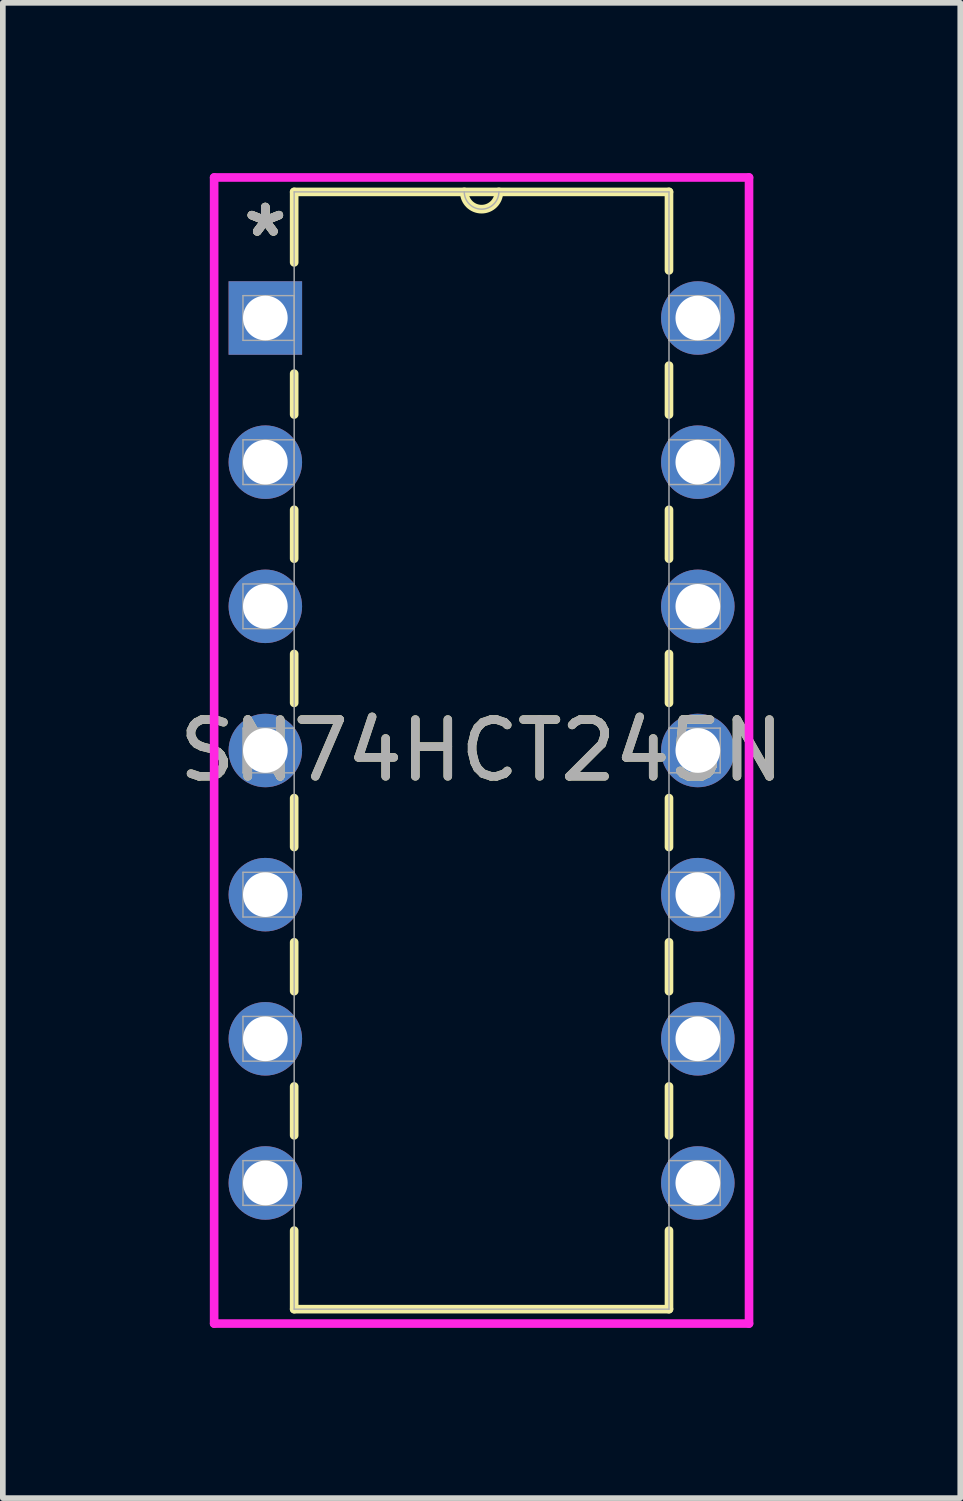
<source format=kicad_pcb>
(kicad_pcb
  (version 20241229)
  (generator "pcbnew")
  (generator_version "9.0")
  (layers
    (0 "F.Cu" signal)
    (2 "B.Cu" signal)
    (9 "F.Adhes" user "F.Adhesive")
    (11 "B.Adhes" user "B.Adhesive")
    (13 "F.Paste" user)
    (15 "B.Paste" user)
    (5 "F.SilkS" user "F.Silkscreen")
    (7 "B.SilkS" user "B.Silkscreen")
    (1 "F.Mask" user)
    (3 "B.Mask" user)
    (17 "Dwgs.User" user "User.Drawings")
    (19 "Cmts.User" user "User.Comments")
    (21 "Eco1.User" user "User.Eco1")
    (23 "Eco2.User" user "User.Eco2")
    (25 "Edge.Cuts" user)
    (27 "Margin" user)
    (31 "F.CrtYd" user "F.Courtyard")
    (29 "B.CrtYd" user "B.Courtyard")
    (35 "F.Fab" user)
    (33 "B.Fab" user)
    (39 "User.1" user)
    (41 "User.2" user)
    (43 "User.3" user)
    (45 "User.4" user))
  (footprint "SN74HCT245N"
    (layer "F.Cu")
    (at 9.245 17.793)
    (property "Reference" "SN74HCT245N" (at -3.81 -7.62 0) (unlocked yes) (layer "F.SilkS") (effects (font (size 1 1) (thickness 0.15))))
    (attr through_hole)
    (fp_line (start -7.112 -17.462) (end -7.112 -16.22) (stroke (width 0.152) (type solid)) (layer "F.SilkS"))
    (fp_line (start -7.112 -14.26) (end -7.112 -13.539) (stroke (width 0.152) (type solid)) (layer "F.SilkS"))
    (fp_line (start -7.112 -11.861) (end -7.112 -10.999) (stroke (width 0.152) (type solid)) (layer "F.SilkS"))
    (fp_line (start -7.112 -9.321) (end -7.112 -8.459) (stroke (width 0.152) (type solid)) (layer "F.SilkS"))
    (fp_line (start -7.112 -6.781) (end -7.112 -5.919) (stroke (width 0.152) (type solid)) (layer "F.SilkS"))
    (fp_line (start -7.112 -4.241) (end -7.112 -3.379) (stroke (width 0.152) (type solid)) (layer "F.SilkS"))
    (fp_line (start -7.112 -1.701) (end -7.112 -0.839) (stroke (width 0.152) (type solid)) (layer "F.SilkS"))
    (fp_line (start -7.112 0.839) (end -7.112 2.223) (stroke (width 0.152) (type solid)) (layer "F.SilkS"))
    (fp_line (start -7.112 2.223) (end -0.508 2.223) (stroke (width 0.152) (type solid)) (layer "F.SilkS"))
    (fp_line (start -0.508 -17.462) (end -7.112 -17.462) (stroke (width 0.152) (type solid)) (layer "F.SilkS"))
    (fp_line (start -0.508 -16.079) (end -0.508 -17.462) (stroke (width 0.152) (type solid)) (layer "F.SilkS"))
    (fp_line (start -0.508 -13.539) (end -0.508 -14.401) (stroke (width 0.152) (type solid)) (layer "F.SilkS"))
    (fp_line (start -0.508 -10.999) (end -0.508 -11.861) (stroke (width 0.152) (type solid)) (layer "F.SilkS"))
    (fp_line (start -0.508 -8.459) (end -0.508 -9.321) (stroke (width 0.152) (type solid)) (layer "F.SilkS"))
    (fp_line (start -0.508 -5.919) (end -0.508 -6.781) (stroke (width 0.152) (type solid)) (layer "F.SilkS"))
    (fp_line (start -0.508 -3.379) (end -0.508 -4.241) (stroke (width 0.152) (type solid)) (layer "F.SilkS"))
    (fp_line (start -0.508 -0.839) (end -0.508 -1.701) (stroke (width 0.152) (type solid)) (layer "F.SilkS"))
    (fp_line (start -0.508 2.223) (end -0.508 0.839) (stroke (width 0.152) (type solid)) (layer "F.SilkS"))
    (fp_arc (start -3.5052 -17.4625) (mid -3.81 -17.1577) (end -4.1148 -17.4625) (stroke (width 0.1524) (type solid)) (layer "F.SilkS"))
    (fp_line (start -8.522 -17.716) (end -8.522 2.477) (stroke (width 0.152) (type solid)) (layer "F.CrtYd"))
    (fp_line (start -8.522 2.477) (end 0.902 2.477) (stroke (width 0.152) (type solid)) (layer "F.CrtYd"))
    (fp_line (start 0.902 -17.716) (end -8.522 -17.716) (stroke (width 0.152) (type solid)) (layer "F.CrtYd"))
    (fp_line (start 0.902 2.477) (end 0.902 -17.716) (stroke (width 0.152) (type solid)) (layer "F.CrtYd"))
    (fp_line (start -8.014 -15.634) (end -8.014 -14.846) (stroke (width 0.025) (type solid)) (layer "F.Fab"))
    (fp_line (start -8.014 -14.846) (end -7.112 -14.846) (stroke (width 0.025) (type solid)) (layer "F.Fab"))
    (fp_line (start -8.014 -13.094) (end -8.014 -12.306) (stroke (width 0.025) (type solid)) (layer "F.Fab"))
    (fp_line (start -8.014 -12.306) (end -7.112 -12.306) (stroke (width 0.025) (type solid)) (layer "F.Fab"))
    (fp_line (start -8.014 -10.554) (end -8.014 -9.766) (stroke (width 0.025) (type solid)) (layer "F.Fab"))
    (fp_line (start -8.014 -9.766) (end -7.112 -9.766) (stroke (width 0.025) (type solid)) (layer "F.Fab"))
    (fp_line (start -8.014 -8.014) (end -8.014 -7.226) (stroke (width 0.025) (type solid)) (layer "F.Fab"))
    (fp_line (start -8.014 -7.226) (end -7.112 -7.226) (stroke (width 0.025) (type solid)) (layer "F.Fab"))
    (fp_line (start -8.014 -5.474) (end -8.014 -4.686) (stroke (width 0.025) (type solid)) (layer "F.Fab"))
    (fp_line (start -8.014 -4.686) (end -7.112 -4.686) (stroke (width 0.025) (type solid)) (layer "F.Fab"))
    (fp_line (start -8.014 -2.934) (end -8.014 -2.146) (stroke (width 0.025) (type solid)) (layer "F.Fab"))
    (fp_line (start -8.014 -2.146) (end -7.112 -2.146) (stroke (width 0.025) (type solid)) (layer "F.Fab"))
    (fp_line (start -8.014 -0.394) (end -8.014 0.394) (stroke (width 0.025) (type solid)) (layer "F.Fab"))
    (fp_line (start -8.014 0.394) (end -7.112 0.394) (stroke (width 0.025) (type solid)) (layer "F.Fab"))
    (fp_line (start -7.112 -17.462) (end -7.112 2.223) (stroke (width 0.025) (type solid)) (layer "F.Fab"))
    (fp_line (start -7.112 -15.634) (end -8.014 -15.634) (stroke (width 0.025) (type solid)) (layer "F.Fab"))
    (fp_line (start -7.112 -14.846) (end -7.112 -15.634) (stroke (width 0.025) (type solid)) (layer "F.Fab"))
    (fp_line (start -7.112 -13.094) (end -8.014 -13.094) (stroke (width 0.025) (type solid)) (layer "F.Fab"))
    (fp_line (start -7.112 -12.306) (end -7.112 -13.094) (stroke (width 0.025) (type solid)) (layer "F.Fab"))
    (fp_line (start -7.112 -10.554) (end -8.014 -10.554) (stroke (width 0.025) (type solid)) (layer "F.Fab"))
    (fp_line (start -7.112 -9.766) (end -7.112 -10.554) (stroke (width 0.025) (type solid)) (layer "F.Fab"))
    (fp_line (start -7.112 -8.014) (end -8.014 -8.014) (stroke (width 0.025) (type solid)) (layer "F.Fab"))
    (fp_line (start -7.112 -7.226) (end -7.112 -8.014) (stroke (width 0.025) (type solid)) (layer "F.Fab"))
    (fp_line (start -7.112 -5.474) (end -8.014 -5.474) (stroke (width 0.025) (type solid)) (layer "F.Fab"))
    (fp_line (start -7.112 -4.686) (end -7.112 -5.474) (stroke (width 0.025) (type solid)) (layer "F.Fab"))
    (fp_line (start -7.112 -2.934) (end -8.014 -2.934) (stroke (width 0.025) (type solid)) (layer "F.Fab"))
    (fp_line (start -7.112 -2.146) (end -7.112 -2.934) (stroke (width 0.025) (type solid)) (layer "F.Fab"))
    (fp_line (start -7.112 -0.394) (end -8.014 -0.394) (stroke (width 0.025) (type solid)) (layer "F.Fab"))
    (fp_line (start -7.112 0.394) (end -7.112 -0.394) (stroke (width 0.025) (type solid)) (layer "F.Fab"))
    (fp_line (start -7.112 2.223) (end -0.508 2.223) (stroke (width 0.025) (type solid)) (layer "F.Fab"))
    (fp_line (start -0.508 -17.462) (end -7.112 -17.462) (stroke (width 0.025) (type solid)) (layer "F.Fab"))
    (fp_line (start -0.508 -15.634) (end -0.508 -14.846) (stroke (width 0.025) (type solid)) (layer "F.Fab"))
    (fp_line (start -0.508 -14.846) (end 0.394 -14.846) (stroke (width 0.025) (type solid)) (layer "F.Fab"))
    (fp_line (start -0.508 -13.094) (end -0.508 -12.306) (stroke (width 0.025) (type solid)) (layer "F.Fab"))
    (fp_line (start -0.508 -12.306) (end 0.394 -12.306) (stroke (width 0.025) (type solid)) (layer "F.Fab"))
    (fp_line (start -0.508 -10.554) (end -0.508 -9.766) (stroke (width 0.025) (type solid)) (layer "F.Fab"))
    (fp_line (start -0.508 -9.766) (end 0.394 -9.766) (stroke (width 0.025) (type solid)) (layer "F.Fab"))
    (fp_line (start -0.508 -8.014) (end -0.508 -7.226) (stroke (width 0.025) (type solid)) (layer "F.Fab"))
    (fp_line (start -0.508 -7.226) (end 0.394 -7.226) (stroke (width 0.025) (type solid)) (layer "F.Fab"))
    (fp_line (start -0.508 -5.474) (end -0.508 -4.686) (stroke (width 0.025) (type solid)) (layer "F.Fab"))
    (fp_line (start -0.508 -4.686) (end 0.394 -4.686) (stroke (width 0.025) (type solid)) (layer "F.Fab"))
    (fp_line (start -0.508 -2.934) (end -0.508 -2.146) (stroke (width 0.025) (type solid)) (layer "F.Fab"))
    (fp_line (start -0.508 -2.146) (end 0.394 -2.146) (stroke (width 0.025) (type solid)) (layer "F.Fab"))
    (fp_line (start -0.508 -0.394) (end -0.508 0.394) (stroke (width 0.025) (type solid)) (layer "F.Fab"))
    (fp_line (start -0.508 0.394) (end 0.394 0.394) (stroke (width 0.025) (type solid)) (layer "F.Fab"))
    (fp_line (start -0.508 2.223) (end -0.508 -17.462) (stroke (width 0.025) (type solid)) (layer "F.Fab"))
    (fp_line (start 0.394 -15.634) (end -0.508 -15.634) (stroke (width 0.025) (type solid)) (layer "F.Fab"))
    (fp_line (start 0.394 -14.846) (end 0.394 -15.634) (stroke (width 0.025) (type solid)) (layer "F.Fab"))
    (fp_line (start 0.394 -13.094) (end -0.508 -13.094) (stroke (width 0.025) (type solid)) (layer "F.Fab"))
    (fp_line (start 0.394 -12.306) (end 0.394 -13.094) (stroke (width 0.025) (type solid)) (layer "F.Fab"))
    (fp_line (start 0.394 -10.554) (end -0.508 -10.554) (stroke (width 0.025) (type solid)) (layer "F.Fab"))
    (fp_line (start 0.394 -9.766) (end 0.394 -10.554) (stroke (width 0.025) (type solid)) (layer "F.Fab"))
    (fp_line (start 0.394 -8.014) (end -0.508 -8.014) (stroke (width 0.025) (type solid)) (layer "F.Fab"))
    (fp_line (start 0.394 -7.226) (end 0.394 -8.014) (stroke (width 0.025) (type solid)) (layer "F.Fab"))
    (fp_line (start 0.394 -5.474) (end -0.508 -5.474) (stroke (width 0.025) (type solid)) (layer "F.Fab"))
    (fp_line (start 0.394 -4.686) (end 0.394 -5.474) (stroke (width 0.025) (type solid)) (layer "F.Fab"))
    (fp_line (start 0.394 -2.934) (end -0.508 -2.934) (stroke (width 0.025) (type solid)) (layer "F.Fab"))
    (fp_line (start 0.394 -2.146) (end 0.394 -2.934) (stroke (width 0.025) (type solid)) (layer "F.Fab"))
    (fp_line (start 0.394 -0.394) (end -0.508 -0.394) (stroke (width 0.025) (type solid)) (layer "F.Fab"))
    (fp_line (start 0.394 0.394) (end 0.394 -0.394) (stroke (width 0.025) (type solid)) (layer "F.Fab"))
    (fp_arc (start -3.5052 -17.4625) (mid -3.81 -17.1577) (end -4.1148 -17.4625) (stroke (width 0.0254) (type solid)) (layer "F.Fab"))
    (fp_text user "*" (at -7.62 -16.65 0) (layer "F.SilkS") (effects (font (size 1 1) (thickness 0.15))))
    (fp_text user "*" (at -7.62 -16.65 0) (unlocked yes) (layer "F.SilkS") (effects (font (size 1 1) (thickness 0.15))))
    (fp_text user "*" (at -7.62 -16.65 0) (layer "F.Fab") (effects (font (size 1 1) (thickness 0.15))))
    (fp_text user "${REFERENCE}" (at -3.81 -7.62 0) (unlocked yes) (layer "F.Fab") (effects (font (size 1 1) (thickness 0.15))))
    (fp_text user "*" (at -7.62 -16.65 0) (unlocked yes) (layer "F.Fab") (effects (font (size 1 1) (thickness 0.15))))
    (pad "1" thru_hole rect (at -7.62 -15.24) (size 1.295 1.295) (drill 0.787) (layers "*.Cu" "*.Mask"))
    (pad "2" thru_hole circle (at -7.62 -12.7) (size 1.295 1.295) (drill 0.787) (layers "*.Cu" "*.Mask"))
    (pad "3" thru_hole circle (at -7.62 -10.16) (size 1.295 1.295) (drill 0.787) (layers "*.Cu" "*.Mask"))
    (pad "4" thru_hole circle (at -7.62 -7.62) (size 1.295 1.295) (drill 0.787) (layers "*.Cu" "*.Mask"))
    (pad "5" thru_hole circle (at -7.62 -5.08) (size 1.295 1.295) (drill 0.787) (layers "*.Cu" "*.Mask"))
    (pad "6" thru_hole circle (at -7.62 -2.54) (size 1.295 1.295) (drill 0.787) (layers "*.Cu" "*.Mask"))
    (pad "7" thru_hole circle (at -7.62 0) (size 1.295 1.295) (drill 0.787) (layers "*.Cu" "*.Mask"))
    (pad "8" thru_hole circle (at 0 0) (size 1.295 1.295) (drill 0.787) (layers "*.Cu" "*.Mask"))
    (pad "9" thru_hole circle (at 0 -2.54) (size 1.295 1.295) (drill 0.787) (layers "*.Cu" "*.Mask"))
    (pad "10" thru_hole circle (at 0 -5.08) (size 1.295 1.295) (drill 0.787) (layers "*.Cu" "*.Mask"))
    (pad "11" thru_hole circle (at 0 -7.62) (size 1.295 1.295) (drill 0.787) (layers "*.Cu" "*.Mask"))
    (pad "12" thru_hole circle (at 0 -10.16) (size 1.295 1.295) (drill 0.787) (layers "*.Cu" "*.Mask"))
    (pad "13" thru_hole circle (at 0 -12.7) (size 1.295 1.295) (drill 0.787) (layers "*.Cu" "*.Mask"))
    (pad "14" thru_hole circle (at 0 -15.24) (size 1.295 1.295) (drill 0.787) (layers "*.Cu" "*.Mask")))
  (gr_rect
    (start -3 -3)
    (end 13.869 23.345)
    (stroke (width 0.1) (type default))
    (fill no)
    (layer "Edge.Cuts")))
</source>
